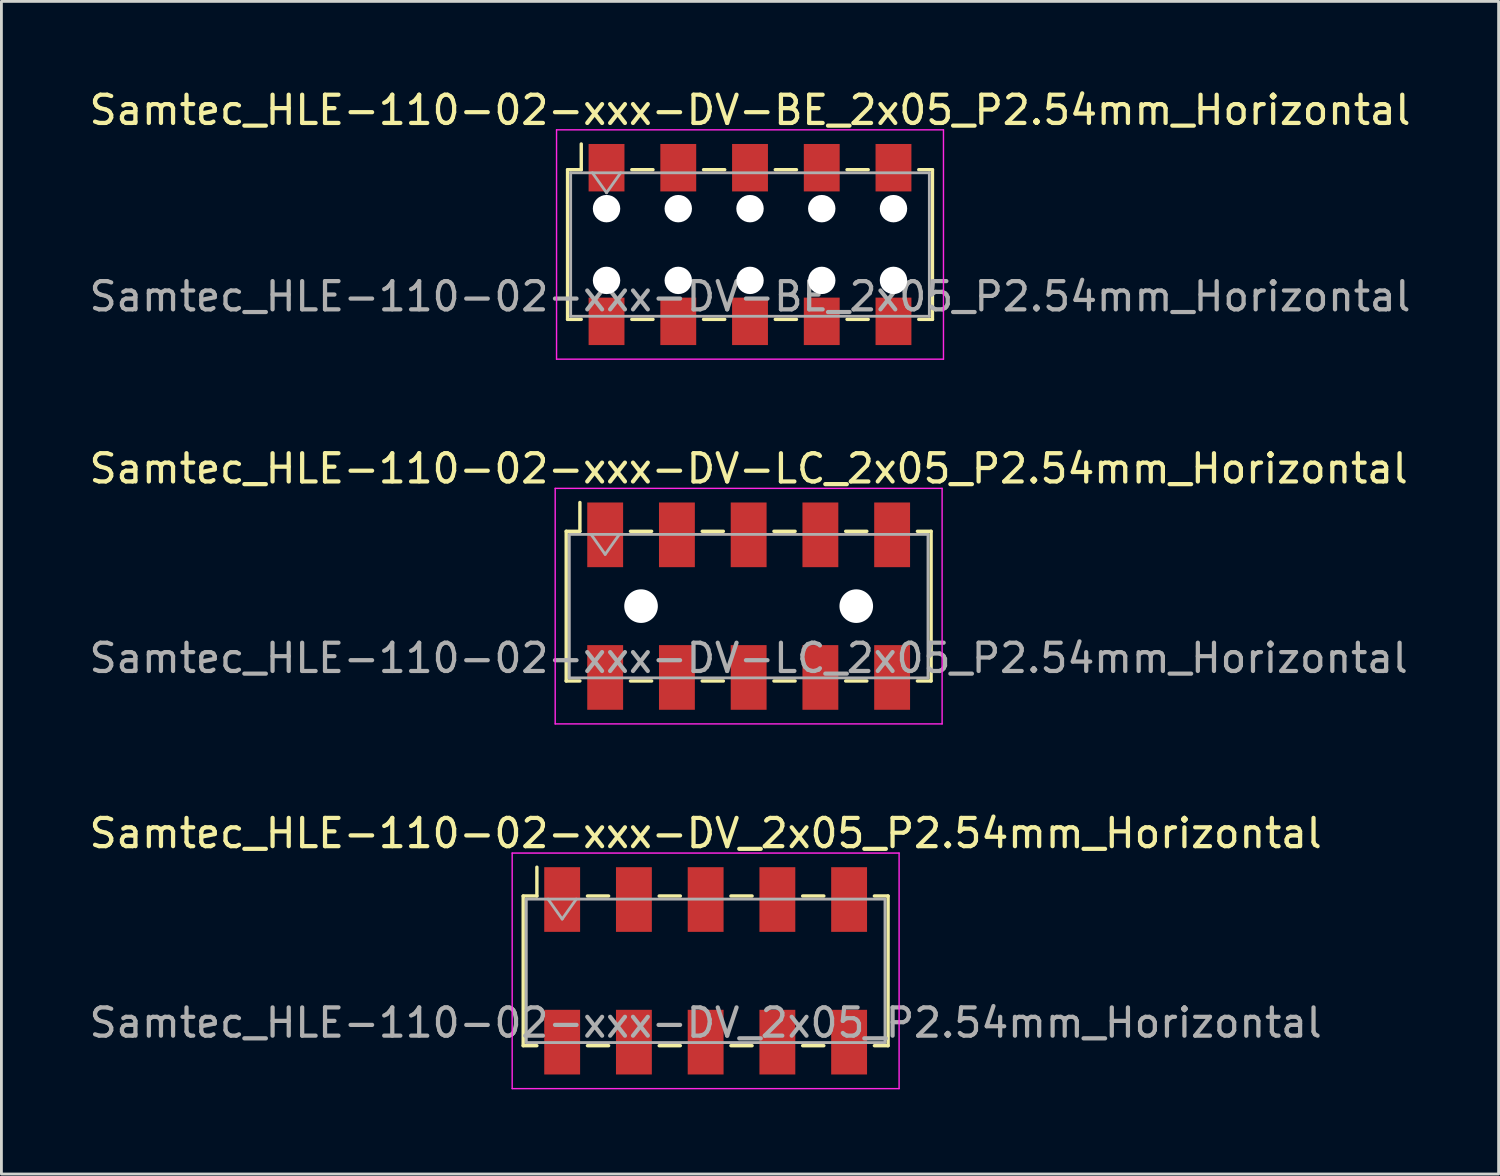
<source format=kicad_pcb>
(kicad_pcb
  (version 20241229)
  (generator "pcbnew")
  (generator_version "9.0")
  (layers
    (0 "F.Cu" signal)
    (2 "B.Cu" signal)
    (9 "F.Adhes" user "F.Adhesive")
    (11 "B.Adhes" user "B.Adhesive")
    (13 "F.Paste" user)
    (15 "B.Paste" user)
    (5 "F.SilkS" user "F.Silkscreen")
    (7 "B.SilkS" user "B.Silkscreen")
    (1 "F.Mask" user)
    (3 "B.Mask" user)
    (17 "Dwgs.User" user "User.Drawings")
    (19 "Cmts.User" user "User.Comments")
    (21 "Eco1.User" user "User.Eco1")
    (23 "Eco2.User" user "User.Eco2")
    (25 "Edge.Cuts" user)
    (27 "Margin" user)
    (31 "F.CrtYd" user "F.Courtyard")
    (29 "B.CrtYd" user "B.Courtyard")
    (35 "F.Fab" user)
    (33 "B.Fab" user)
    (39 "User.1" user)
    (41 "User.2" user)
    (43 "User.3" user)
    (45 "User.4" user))
  (footprint "Samtec_HLE-110-02-xxx-DV-BE_2x05_P2.54mm_Horizontal"
    (layer "F.Cu")
    (at 23.506 5.608)
    (property "Reference" "Samtec_HLE-110-02-xxx-DV-BE_2x05_P2.54mm_Horizontal" (at 0 -4.76 0) (layer "F.SilkS") (effects (font (size 1 1) (thickness 0.15))))
    (attr smd)
    (fp_line (start -6.46 -2.65) (end -6.46 2.65) (stroke (width 0.12) (type solid)) (layer "F.SilkS"))
    (fp_line (start -6.46 2.65) (end -5.975 2.65) (stroke (width 0.12) (type solid)) (layer "F.SilkS"))
    (fp_line (start -5.975 -3.56) (end -5.975 -2.65) (stroke (width 0.12) (type solid)) (layer "F.SilkS"))
    (fp_line (start -5.975 -2.65) (end -6.46 -2.65) (stroke (width 0.12) (type solid)) (layer "F.SilkS"))
    (fp_line (start -4.185 -2.65) (end -3.435 -2.65) (stroke (width 0.12) (type solid)) (layer "F.SilkS"))
    (fp_line (start -4.185 2.65) (end -3.435 2.65) (stroke (width 0.12) (type solid)) (layer "F.SilkS"))
    (fp_line (start -1.645 -2.65) (end -0.895 -2.65) (stroke (width 0.12) (type solid)) (layer "F.SilkS"))
    (fp_line (start -1.645 2.65) (end -0.895 2.65) (stroke (width 0.12) (type solid)) (layer "F.SilkS"))
    (fp_line (start 0.895 -2.65) (end 1.645 -2.65) (stroke (width 0.12) (type solid)) (layer "F.SilkS"))
    (fp_line (start 0.895 2.65) (end 1.645 2.65) (stroke (width 0.12) (type solid)) (layer "F.SilkS"))
    (fp_line (start 3.435 -2.65) (end 4.185 -2.65) (stroke (width 0.12) (type solid)) (layer "F.SilkS"))
    (fp_line (start 3.435 2.65) (end 4.185 2.65) (stroke (width 0.12) (type solid)) (layer "F.SilkS"))
    (fp_line (start 5.975 -2.65) (end 6.46 -2.65) (stroke (width 0.12) (type solid)) (layer "F.SilkS"))
    (fp_line (start 6.46 -2.65) (end 6.46 2.65) (stroke (width 0.12) (type solid)) (layer "F.SilkS"))
    (fp_line (start 6.46 2.65) (end 5.975 2.65) (stroke (width 0.12) (type solid)) (layer "F.SilkS"))
    (fp_line (start -6.85 -4.06) (end 6.85 -4.06) (stroke (width 0.05) (type solid)) (layer "F.CrtYd"))
    (fp_line (start -6.85 4.06) (end -6.85 -4.06) (stroke (width 0.05) (type solid)) (layer "F.CrtYd"))
    (fp_line (start 6.85 -4.06) (end 6.85 4.06) (stroke (width 0.05) (type solid)) (layer "F.CrtYd"))
    (fp_line (start 6.85 4.06) (end -6.85 4.06) (stroke (width 0.05) (type solid)) (layer "F.CrtYd"))
    (fp_line (start -6.35 -2.54) (end 6.35 -2.54) (stroke (width 0.1) (type solid)) (layer "F.Fab"))
    (fp_line (start -6.35 2.54) (end -6.35 -2.54) (stroke (width 0.1) (type solid)) (layer "F.Fab"))
    (fp_line (start -5.58 -2.54) (end -5.08 -1.833) (stroke (width 0.1) (type solid)) (layer "F.Fab"))
    (fp_line (start -5.08 -1.833) (end -4.58 -2.54) (stroke (width 0.1) (type solid)) (layer "F.Fab"))
    (fp_line (start 6.35 -2.54) (end 6.35 2.54) (stroke (width 0.1) (type solid)) (layer "F.Fab"))
    (fp_line (start 6.35 2.54) (end -6.35 2.54) (stroke (width 0.1) (type solid)) (layer "F.Fab"))
    (fp_text user "${REFERENCE}" (at 0 1.84 0) (layer "F.Fab") (effects (font (size 1 1) (thickness 0.15))))
    (pad "" np_thru_hole circle (at -5.08 -1.27) (size 0.97 0.97) (drill 0.97) (layers "*.Cu" "*.Mask"))
    (pad "" np_thru_hole circle (at -5.08 1.27) (size 0.97 0.97) (drill 0.97) (layers "*.Cu" "*.Mask"))
    (pad "" np_thru_hole circle (at -2.54 -1.27) (size 0.97 0.97) (drill 0.97) (layers "*.Cu" "*.Mask"))
    (pad "" np_thru_hole circle (at -2.54 1.27) (size 0.97 0.97) (drill 0.97) (layers "*.Cu" "*.Mask"))
    (pad "" np_thru_hole circle (at 0 -1.27) (size 0.97 0.97) (drill 0.97) (layers "*.Cu" "*.Mask"))
    (pad "" np_thru_hole circle (at 0 1.27) (size 0.97 0.97) (drill 0.97) (layers "*.Cu" "*.Mask"))
    (pad "" np_thru_hole circle (at 2.54 -1.27) (size 0.97 0.97) (drill 0.97) (layers "*.Cu" "*.Mask"))
    (pad "" np_thru_hole circle (at 2.54 1.27) (size 0.97 0.97) (drill 0.97) (layers "*.Cu" "*.Mask"))
    (pad "" np_thru_hole circle (at 5.08 -1.27) (size 0.97 0.97) (drill 0.97) (layers "*.Cu" "*.Mask"))
    (pad "" np_thru_hole circle (at 5.08 1.27) (size 0.97 0.97) (drill 0.97) (layers "*.Cu" "*.Mask"))
    (pad "1" smd rect (at -5.08 -2.72) (size 1.27 1.68) (layers "F.Cu" "F.Mask" "F.Paste"))
    (pad "2" smd rect (at -5.08 2.72) (size 1.27 1.68) (layers "F.Cu" "F.Mask" "F.Paste"))
    (pad "3" smd rect (at -2.54 -2.72) (size 1.27 1.68) (layers "F.Cu" "F.Mask" "F.Paste"))
    (pad "4" smd rect (at -2.54 2.72) (size 1.27 1.68) (layers "F.Cu" "F.Mask" "F.Paste"))
    (pad "5" smd rect (at 0 -2.72) (size 1.27 1.68) (layers "F.Cu" "F.Mask" "F.Paste"))
    (pad "6" smd rect (at 0 2.72) (size 1.27 1.68) (layers "F.Cu" "F.Mask" "F.Paste"))
    (pad "7" smd rect (at 2.54 -2.72) (size 1.27 1.68) (layers "F.Cu" "F.Mask" "F.Paste"))
    (pad "8" smd rect (at 2.54 2.72) (size 1.27 1.68) (layers "F.Cu" "F.Mask" "F.Paste"))
    (pad "9" smd rect (at 5.08 -2.72) (size 1.27 1.68) (layers "F.Cu" "F.Mask" "F.Paste"))
    (pad "10" smd rect (at 5.08 2.72) (size 1.27 1.68) (layers "F.Cu" "F.Mask" "F.Paste")))
  (footprint "Samtec_HLE-110-02-xxx-DV_2x05_P2.54mm_Horizontal"
    (layer "F.Cu")
    (at 21.935 31.325)
    (property "Reference" "Samtec_HLE-110-02-xxx-DV_2x05_P2.54mm_Horizontal" (at 0 -4.87 0) (layer "F.SilkS") (effects (font (size 1 1) (thickness 0.15))))
    (attr smd)
    (fp_line (start -6.46 -2.65) (end -6.46 2.65) (stroke (width 0.12) (type solid)) (layer "F.SilkS"))
    (fp_line (start -6.46 2.65) (end -5.975 2.65) (stroke (width 0.12) (type solid)) (layer "F.SilkS"))
    (fp_line (start -5.975 -3.67) (end -5.975 -2.65) (stroke (width 0.12) (type solid)) (layer "F.SilkS"))
    (fp_line (start -5.975 -2.65) (end -6.46 -2.65) (stroke (width 0.12) (type solid)) (layer "F.SilkS"))
    (fp_line (start -4.185 -2.65) (end -3.435 -2.65) (stroke (width 0.12) (type solid)) (layer "F.SilkS"))
    (fp_line (start -4.185 2.65) (end -3.435 2.65) (stroke (width 0.12) (type solid)) (layer "F.SilkS"))
    (fp_line (start -1.645 -2.65) (end -0.895 -2.65) (stroke (width 0.12) (type solid)) (layer "F.SilkS"))
    (fp_line (start -1.645 2.65) (end -0.895 2.65) (stroke (width 0.12) (type solid)) (layer "F.SilkS"))
    (fp_line (start 0.895 -2.65) (end 1.645 -2.65) (stroke (width 0.12) (type solid)) (layer "F.SilkS"))
    (fp_line (start 0.895 2.65) (end 1.645 2.65) (stroke (width 0.12) (type solid)) (layer "F.SilkS"))
    (fp_line (start 3.435 -2.65) (end 4.185 -2.65) (stroke (width 0.12) (type solid)) (layer "F.SilkS"))
    (fp_line (start 3.435 2.65) (end 4.185 2.65) (stroke (width 0.12) (type solid)) (layer "F.SilkS"))
    (fp_line (start 5.975 -2.65) (end 6.46 -2.65) (stroke (width 0.12) (type solid)) (layer "F.SilkS"))
    (fp_line (start 6.46 -2.65) (end 6.46 2.65) (stroke (width 0.12) (type solid)) (layer "F.SilkS"))
    (fp_line (start 6.46 2.65) (end 5.975 2.65) (stroke (width 0.12) (type solid)) (layer "F.SilkS"))
    (fp_line (start -6.85 -4.17) (end 6.85 -4.17) (stroke (width 0.05) (type solid)) (layer "F.CrtYd"))
    (fp_line (start -6.85 4.17) (end -6.85 -4.17) (stroke (width 0.05) (type solid)) (layer "F.CrtYd"))
    (fp_line (start 6.85 -4.17) (end 6.85 4.17) (stroke (width 0.05) (type solid)) (layer "F.CrtYd"))
    (fp_line (start 6.85 4.17) (end -6.85 4.17) (stroke (width 0.05) (type solid)) (layer "F.CrtYd"))
    (fp_line (start -6.35 -2.54) (end 6.35 -2.54) (stroke (width 0.1) (type solid)) (layer "F.Fab"))
    (fp_line (start -6.35 2.54) (end -6.35 -2.54) (stroke (width 0.1) (type solid)) (layer "F.Fab"))
    (fp_line (start -5.58 -2.54) (end -5.08 -1.833) (stroke (width 0.1) (type solid)) (layer "F.Fab"))
    (fp_line (start -5.08 -1.833) (end -4.58 -2.54) (stroke (width 0.1) (type solid)) (layer "F.Fab"))
    (fp_line (start 6.35 -2.54) (end 6.35 2.54) (stroke (width 0.1) (type solid)) (layer "F.Fab"))
    (fp_line (start 6.35 2.54) (end -6.35 2.54) (stroke (width 0.1) (type solid)) (layer "F.Fab"))
    (fp_text user "${REFERENCE}" (at 0 1.84 0) (layer "F.Fab") (effects (font (size 1 1) (thickness 0.15))))
    (pad "1" smd rect (at -5.08 -2.525) (size 1.27 2.29) (layers "F.Cu" "F.Mask" "F.Paste"))
    (pad "2" smd rect (at -5.08 2.525) (size 1.27 2.29) (layers "F.Cu" "F.Mask" "F.Paste"))
    (pad "3" smd rect (at -2.54 -2.525) (size 1.27 2.29) (layers "F.Cu" "F.Mask" "F.Paste"))
    (pad "4" smd rect (at -2.54 2.525) (size 1.27 2.29) (layers "F.Cu" "F.Mask" "F.Paste"))
    (pad "5" smd rect (at 0 -2.525) (size 1.27 2.29) (layers "F.Cu" "F.Mask" "F.Paste"))
    (pad "6" smd rect (at 0 2.525) (size 1.27 2.29) (layers "F.Cu" "F.Mask" "F.Paste"))
    (pad "7" smd rect (at 2.54 -2.525) (size 1.27 2.29) (layers "F.Cu" "F.Mask" "F.Paste"))
    (pad "8" smd rect (at 2.54 2.525) (size 1.27 2.29) (layers "F.Cu" "F.Mask" "F.Paste"))
    (pad "9" smd rect (at 5.08 -2.525) (size 1.27 2.29) (layers "F.Cu" "F.Mask" "F.Paste"))
    (pad "10" smd rect (at 5.08 2.525) (size 1.27 2.29) (layers "F.Cu" "F.Mask" "F.Paste")))
  (footprint "Samtec_HLE-110-02-xxx-DV-LC_2x05_P2.54mm_Horizontal"
    (layer "F.Cu")
    (at 23.458 18.412)
    (property "Reference" "Samtec_HLE-110-02-xxx-DV-LC_2x05_P2.54mm_Horizontal" (at 0 -4.87 0) (layer "F.SilkS") (effects (font (size 1 1) (thickness 0.15))))
    (attr smd)
    (fp_line (start -6.46 -2.65) (end -6.46 2.65) (stroke (width 0.12) (type solid)) (layer "F.SilkS"))
    (fp_line (start -6.46 2.65) (end -5.975 2.65) (stroke (width 0.12) (type solid)) (layer "F.SilkS"))
    (fp_line (start -5.975 -3.67) (end -5.975 -2.65) (stroke (width 0.12) (type solid)) (layer "F.SilkS"))
    (fp_line (start -5.975 -2.65) (end -6.46 -2.65) (stroke (width 0.12) (type solid)) (layer "F.SilkS"))
    (fp_line (start -4.185 -2.65) (end -3.435 -2.65) (stroke (width 0.12) (type solid)) (layer "F.SilkS"))
    (fp_line (start -4.185 2.65) (end -3.435 2.65) (stroke (width 0.12) (type solid)) (layer "F.SilkS"))
    (fp_line (start -1.645 -2.65) (end -0.895 -2.65) (stroke (width 0.12) (type solid)) (layer "F.SilkS"))
    (fp_line (start -1.645 2.65) (end -0.895 2.65) (stroke (width 0.12) (type solid)) (layer "F.SilkS"))
    (fp_line (start 0.895 -2.65) (end 1.645 -2.65) (stroke (width 0.12) (type solid)) (layer "F.SilkS"))
    (fp_line (start 0.895 2.65) (end 1.645 2.65) (stroke (width 0.12) (type solid)) (layer "F.SilkS"))
    (fp_line (start 3.435 -2.65) (end 4.185 -2.65) (stroke (width 0.12) (type solid)) (layer "F.SilkS"))
    (fp_line (start 3.435 2.65) (end 4.185 2.65) (stroke (width 0.12) (type solid)) (layer "F.SilkS"))
    (fp_line (start 5.975 -2.65) (end 6.46 -2.65) (stroke (width 0.12) (type solid)) (layer "F.SilkS"))
    (fp_line (start 6.46 -2.65) (end 6.46 2.65) (stroke (width 0.12) (type solid)) (layer "F.SilkS"))
    (fp_line (start 6.46 2.65) (end 5.975 2.65) (stroke (width 0.12) (type solid)) (layer "F.SilkS"))
    (fp_line (start -6.85 -4.17) (end 6.85 -4.17) (stroke (width 0.05) (type solid)) (layer "F.CrtYd"))
    (fp_line (start -6.85 4.17) (end -6.85 -4.17) (stroke (width 0.05) (type solid)) (layer "F.CrtYd"))
    (fp_line (start 6.85 -4.17) (end 6.85 4.17) (stroke (width 0.05) (type solid)) (layer "F.CrtYd"))
    (fp_line (start 6.85 4.17) (end -6.85 4.17) (stroke (width 0.05) (type solid)) (layer "F.CrtYd"))
    (fp_line (start -6.35 -2.54) (end 6.35 -2.54) (stroke (width 0.1) (type solid)) (layer "F.Fab"))
    (fp_line (start -6.35 2.54) (end -6.35 -2.54) (stroke (width 0.1) (type solid)) (layer "F.Fab"))
    (fp_line (start -5.58 -2.54) (end -5.08 -1.833) (stroke (width 0.1) (type solid)) (layer "F.Fab"))
    (fp_line (start -5.08 -1.833) (end -4.58 -2.54) (stroke (width 0.1) (type solid)) (layer "F.Fab"))
    (fp_line (start 6.35 -2.54) (end 6.35 2.54) (stroke (width 0.1) (type solid)) (layer "F.Fab"))
    (fp_line (start 6.35 2.54) (end -6.35 2.54) (stroke (width 0.1) (type solid)) (layer "F.Fab"))
    (fp_text user "${REFERENCE}" (at 0 1.84 0) (layer "F.Fab") (effects (font (size 1 1) (thickness 0.15))))
    (pad "" np_thru_hole circle (at -3.81 0) (size 1.19 1.19) (drill 1.19) (layers "*.Cu" "*.Mask"))
    (pad "" np_thru_hole circle (at 3.81 0) (size 1.19 1.19) (drill 1.19) (layers "*.Cu" "*.Mask"))
    (pad "1" smd rect (at -5.08 -2.525) (size 1.27 2.29) (layers "F.Cu" "F.Mask" "F.Paste"))
    (pad "2" smd rect (at -5.08 2.525) (size 1.27 2.29) (layers "F.Cu" "F.Mask" "F.Paste"))
    (pad "3" smd rect (at -2.54 -2.525) (size 1.27 2.29) (layers "F.Cu" "F.Mask" "F.Paste"))
    (pad "4" smd rect (at -2.54 2.525) (size 1.27 2.29) (layers "F.Cu" "F.Mask" "F.Paste"))
    (pad "5" smd rect (at 0 -2.525) (size 1.27 2.29) (layers "F.Cu" "F.Mask" "F.Paste"))
    (pad "6" smd rect (at 0 2.525) (size 1.27 2.29) (layers "F.Cu" "F.Mask" "F.Paste"))
    (pad "7" smd rect (at 2.54 -2.525) (size 1.27 2.29) (layers "F.Cu" "F.Mask" "F.Paste"))
    (pad "8" smd rect (at 2.54 2.525) (size 1.27 2.29) (layers "F.Cu" "F.Mask" "F.Paste"))
    (pad "9" smd rect (at 5.08 -2.525) (size 1.27 2.29) (layers "F.Cu" "F.Mask" "F.Paste"))
    (pad "10" smd rect (at 5.08 2.525) (size 1.27 2.29) (layers "F.Cu" "F.Mask" "F.Paste")))
  (gr_rect
    (start -3 -3)
    (end 50.012 38.52)
    (stroke (width 0.1) (type default))
    (fill no)
    (layer "Edge.Cuts")))
</source>
